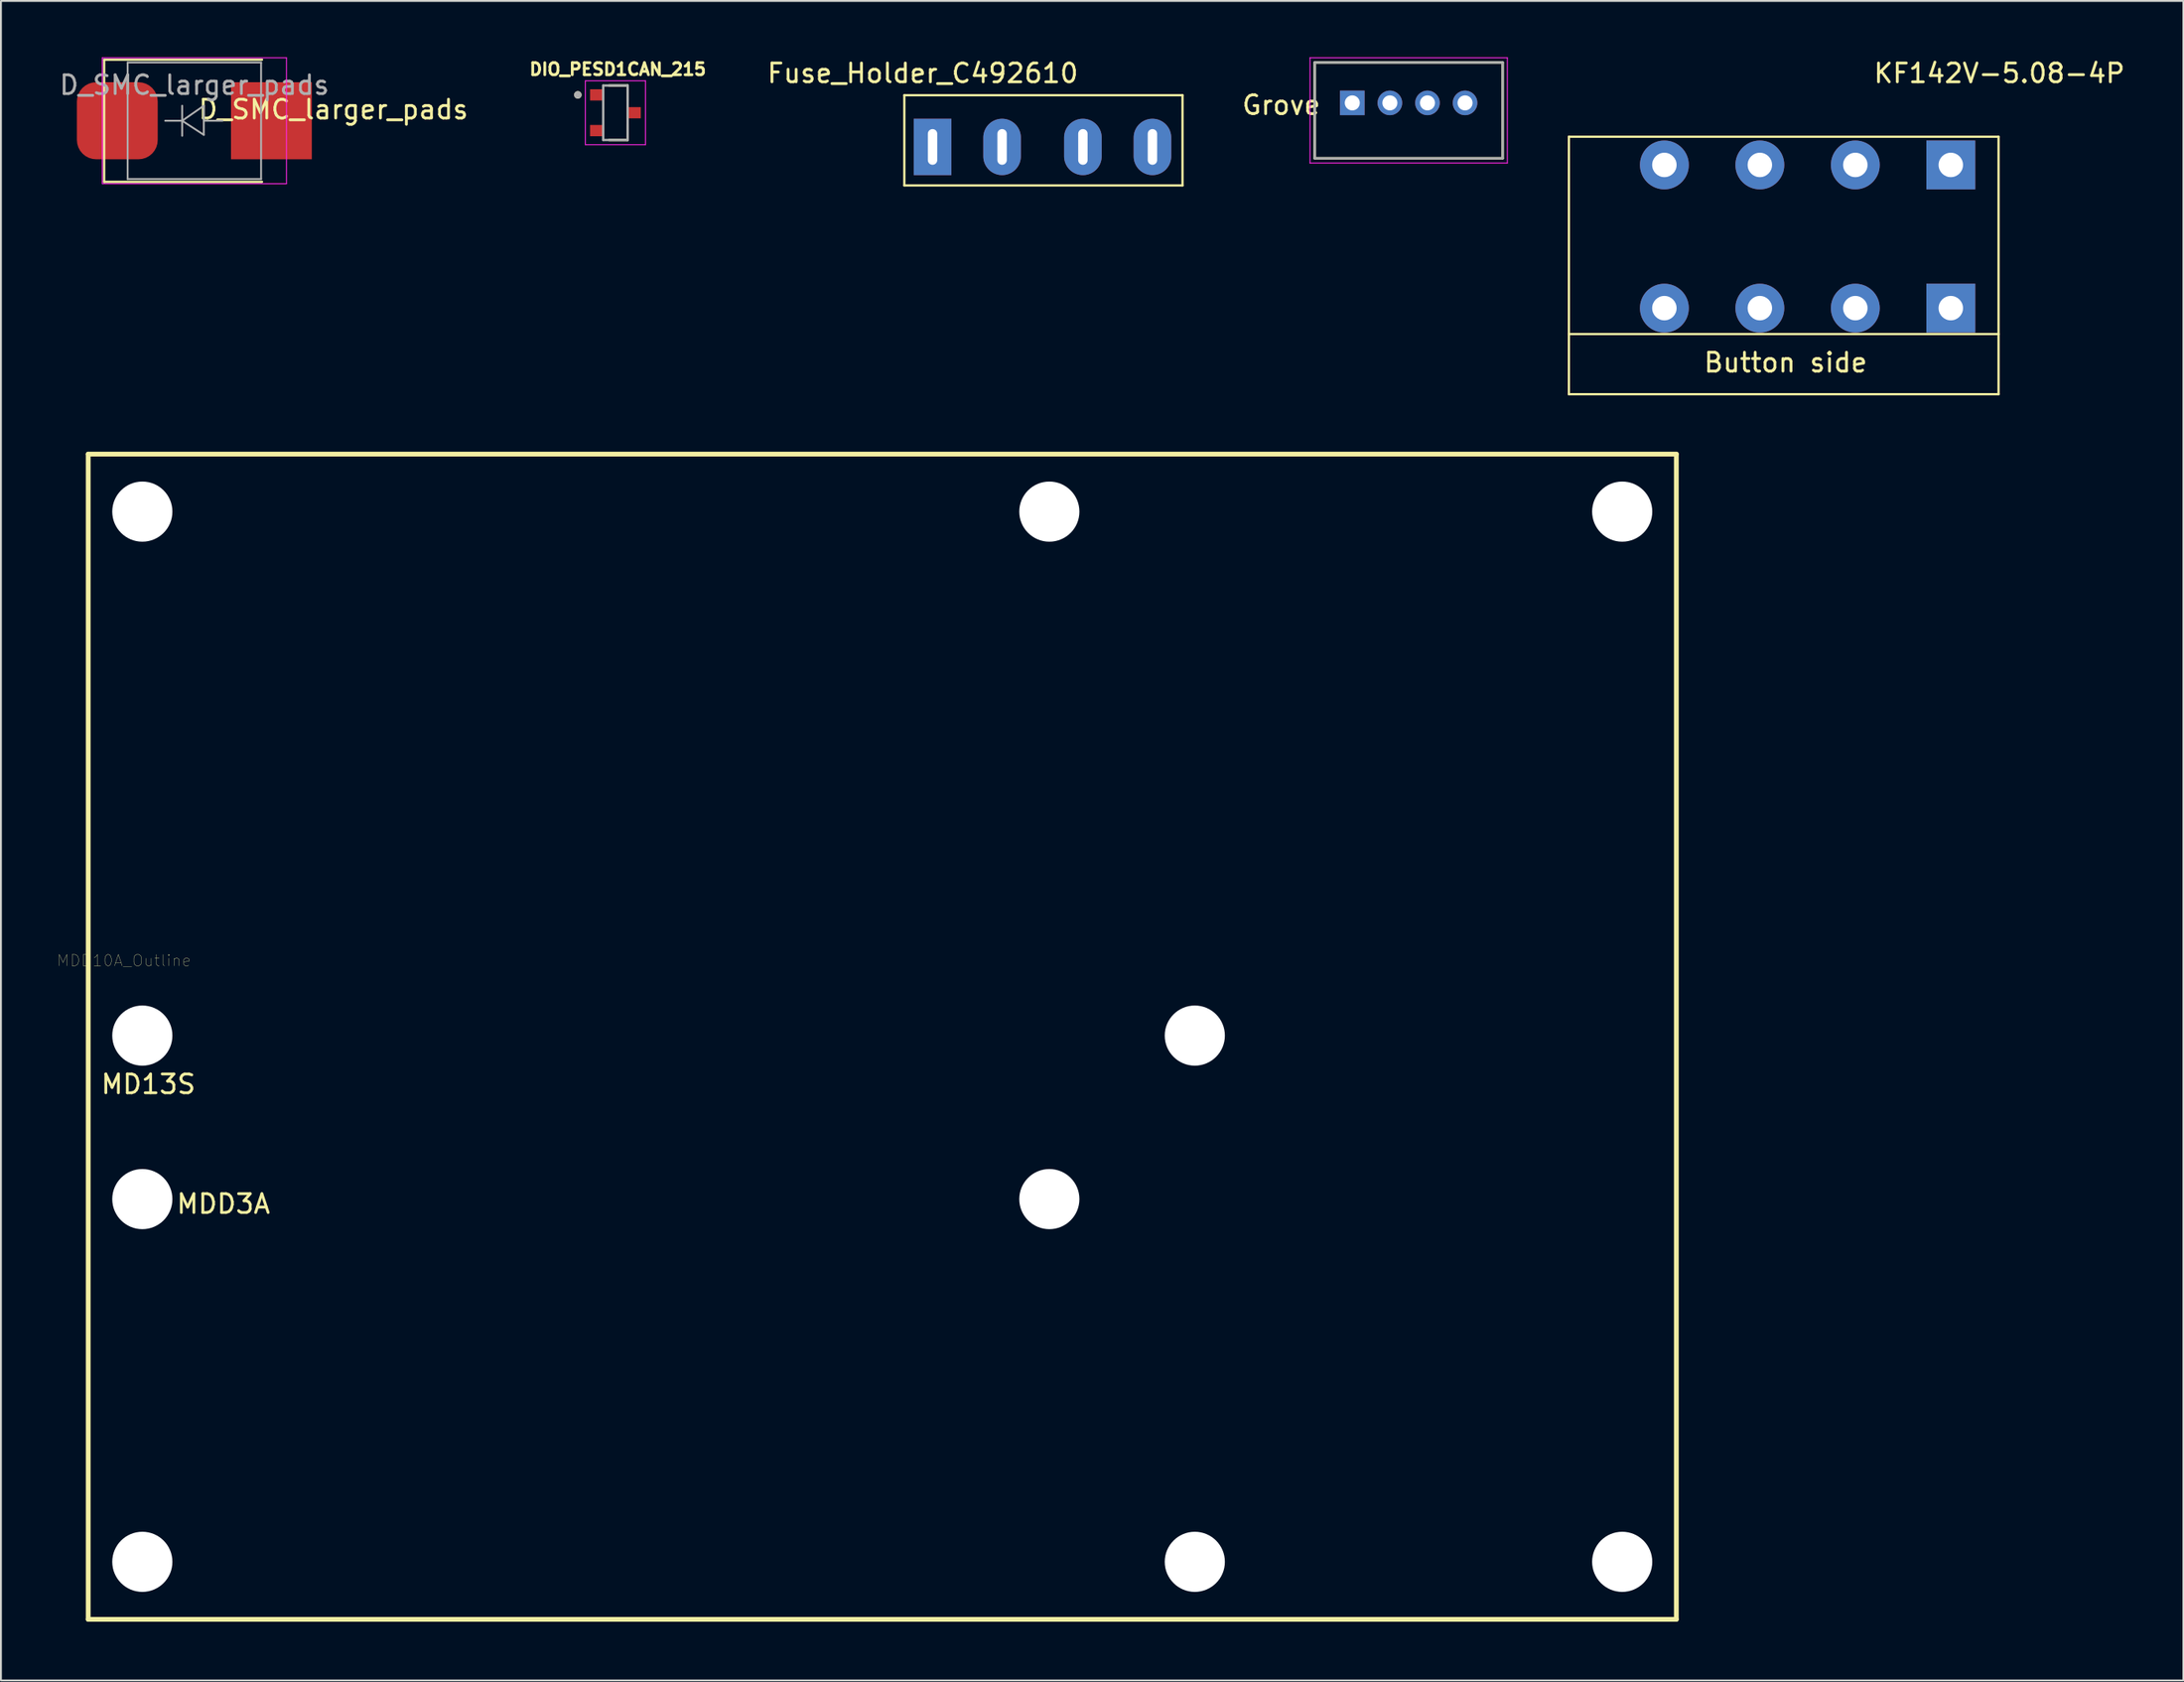
<source format=kicad_pcb>
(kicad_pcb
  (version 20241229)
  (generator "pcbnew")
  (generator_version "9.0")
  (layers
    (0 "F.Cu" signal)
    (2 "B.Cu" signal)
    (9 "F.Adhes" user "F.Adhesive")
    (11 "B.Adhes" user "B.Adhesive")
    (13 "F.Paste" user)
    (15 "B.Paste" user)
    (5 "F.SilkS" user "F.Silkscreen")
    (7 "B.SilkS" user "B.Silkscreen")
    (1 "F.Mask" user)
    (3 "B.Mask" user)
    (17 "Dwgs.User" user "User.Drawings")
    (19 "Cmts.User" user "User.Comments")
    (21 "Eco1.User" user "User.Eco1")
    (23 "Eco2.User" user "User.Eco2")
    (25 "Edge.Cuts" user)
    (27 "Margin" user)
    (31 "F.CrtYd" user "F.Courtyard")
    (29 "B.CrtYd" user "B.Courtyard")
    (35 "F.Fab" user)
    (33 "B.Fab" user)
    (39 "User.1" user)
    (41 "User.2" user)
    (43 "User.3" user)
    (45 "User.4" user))
  (footprint "DIO_PESD1CAN_215"
    (layer "F.Cu")
    (at 29.695 2.949)
    (property "Reference" "DIO_PESD1CAN_215" (at 0.127 -2.311 180) (layer "F.SilkS") (effects (font (size 0.64 0.64) (thickness 0.15))))
    (attr smd)
    (fp_poly (pts (xy -1.35 -1.25) (xy -0.65 -1.25) (xy -0.65 -0.65) (xy -1.35 -0.65)) (stroke (width 0.01) (type solid)) (fill yes) (layer "F.Mask"))
    (fp_poly (pts (xy -1.35 0.65) (xy -0.65 0.65) (xy -0.65 1.25) (xy -1.35 1.25)) (stroke (width 0.01) (type solid)) (fill yes) (layer "F.Mask"))
    (fp_poly (pts (xy 0.65 -0.3) (xy 1.35 -0.3) (xy 1.35 0.3) (xy 0.65 0.3)) (stroke (width 0.01) (type solid)) (fill yes) (layer "F.Mask"))
    (fp_line (start -0.337 -1.45) (end 0.65 -1.45) (stroke (width 0.127) (type solid)) (layer "F.SilkS"))
    (fp_line (start 0.65 -1.45) (end 0.65 -0.62) (stroke (width 0.127) (type solid)) (layer "F.SilkS"))
    (fp_line (start 0.65 0.62) (end 0.65 1.45) (stroke (width 0.127) (type solid)) (layer "F.SilkS"))
    (fp_line (start 0.65 1.45) (end -0.337 1.45) (stroke (width 0.127) (type solid)) (layer "F.SilkS"))
    (fp_circle (center -2 -0.95) (end -1.9 -0.95) (stroke (width 0.2) (type solid)) (fill no) (layer "F.SilkS"))
    (fp_poly (pts (xy -1.3 -1.2) (xy -0.7 -1.2) (xy -0.7 -0.7) (xy -1.3 -0.7)) (stroke (width 0.01) (type solid)) (fill yes) (layer "F.Paste"))
    (fp_poly (pts (xy -1.3 0.7) (xy -0.7 0.7) (xy -0.7 1.2) (xy -1.3 1.2)) (stroke (width 0.01) (type solid)) (fill yes) (layer "F.Paste"))
    (fp_poly (pts (xy 0.7 -0.25) (xy 1.3 -0.25) (xy 1.3 0.25) (xy 0.7 0.25)) (stroke (width 0.01) (type solid)) (fill yes) (layer "F.Paste"))
    (fp_line (start -1.6 -1.7) (end 1.6 -1.7) (stroke (width 0.05) (type solid)) (layer "F.CrtYd"))
    (fp_line (start -1.6 1.7) (end -1.6 -1.7) (stroke (width 0.05) (type solid)) (layer "F.CrtYd"))
    (fp_line (start 1.6 -1.7) (end 1.6 1.7) (stroke (width 0.05) (type solid)) (layer "F.CrtYd"))
    (fp_line (start 1.6 1.7) (end -1.6 1.7) (stroke (width 0.05) (type solid)) (layer "F.CrtYd"))
    (fp_line (start -0.65 -1.45) (end 0.65 -1.45) (stroke (width 0.127) (type solid)) (layer "F.Fab"))
    (fp_line (start -0.65 1.45) (end -0.65 -1.45) (stroke (width 0.127) (type solid)) (layer "F.Fab"))
    (fp_line (start 0.65 -1.45) (end 0.65 1.45) (stroke (width 0.127) (type solid)) (layer "F.Fab"))
    (fp_line (start 0.65 1.45) (end -0.65 1.45) (stroke (width 0.127) (type solid)) (layer "F.Fab"))
    (fp_circle (center -2 -0.95) (end -1.9 -0.95) (stroke (width 0.2) (type solid)) (fill no) (layer "F.Fab"))
    (pad "1" smd rect (at -1 -0.95) (size 0.7 0.6) (layers "F.Cu"))
    (pad "2" smd rect (at -1 0.95) (size 0.7 0.6) (layers "F.Cu"))
    (pad "3" smd rect (at 1 0) (size 0.7 0.6) (layers "F.Cu")))
  (footprint "MDD10A_Outline"
    (layer "F.Cu")
    (at 1.643 83.113)
    (property "Reference" "MDD10A_Outline" (at 1.905 -35.052 180) (layer "F.SilkS") (effects (font (size 0.6 0.6) (thickness 0.015))))
    (attr through_hole)
    (fp_line (start 0 -62) (end 84.5 -62) (stroke (width 0.254) (type solid)) (layer "F.SilkS"))
    (fp_line (start 0 0) (end 0 -62) (stroke (width 0.254) (type solid)) (layer "F.SilkS"))
    (fp_line (start 0 0) (end 84.5 0) (stroke (width 0.254) (type solid)) (layer "F.SilkS"))
    (fp_line (start 84.5 0) (end 84.5 -62) (stroke (width 0.254) (type solid)) (layer "F.SilkS"))
    (fp_text user "MD13S" (at 3.2 -28.473 180) (layer "F.SilkS") (effects (font (size 1 1) (thickness 0.15))))
    (fp_text user "MDD3A" (at 7.193 -22.103 180) (layer "F.SilkS") (effects (font (size 1 1) (thickness 0.15))))
    (pad "" np_thru_hole circle (at 2.88 -58.94) (size 3.2 3.2) (drill 3.2) (layers "*.Cu" "*.Mask"))
    (pad "" np_thru_hole circle (at 2.88 -31.06) (size 3.2 3.2) (drill 3.2) (layers "*.Cu" "*.Mask"))
    (pad "" np_thru_hole circle (at 2.88 -22.36) (size 3.2 3.2) (drill 3.2) (layers "*.Cu" "*.Mask"))
    (pad "" np_thru_hole circle (at 2.88 -3.06) (size 3.2 3.2) (drill 3.2) (layers "*.Cu" "*.Mask"))
    (pad "" np_thru_hole circle (at 51.14 -58.94) (size 3.2 3.2) (drill 3.2) (layers "*.Cu" "*.Mask"))
    (pad "" np_thru_hole circle (at 51.14 -22.36) (size 3.2 3.2) (drill 3.2) (layers "*.Cu" "*.Mask"))
    (pad "" np_thru_hole circle (at 58.88 -31.06) (size 3.2 3.2) (drill 3.2) (layers "*.Cu" "*.Mask"))
    (pad "" np_thru_hole circle (at 58.88 -3.06) (size 3.2 3.2) (drill 3.2) (layers "*.Cu" "*.Mask"))
    (pad "" np_thru_hole circle (at 81.62 -58.94) (size 3.2 3.2) (drill 3.2) (layers "*.Cu" "*.Mask"))
    (pad "" np_thru_hole circle (at 81.62 -3.06) (size 3.2 3.2) (drill 3.2) (layers "*.Cu" "*.Mask")))
  (footprint "D_SMC_larger_pads"
    (layer "F.Cu")
    (at 7.292 3.375)
    (property "Reference" "D_SMC_larger_pads" (at 7.4 -0.6 180) (layer "F.SilkS") (effects (font (size 1 1) (thickness 0.15))))
    (attr smd)
    (fp_line (start -4.8 -3.25) (end 3.6 -3.25) (stroke (width 0.12) (type solid)) (layer "F.SilkS"))
    (fp_line (start -4.8 3.25) (end -4.8 -3.25) (stroke (width 0.12) (type solid)) (layer "F.SilkS"))
    (fp_line (start -4.8 3.25) (end 3.6 3.25) (stroke (width 0.12) (type solid)) (layer "F.SilkS"))
    (fp_line (start -4.9 -3.35) (end 4.9 -3.35) (stroke (width 0.05) (type solid)) (layer "F.CrtYd"))
    (fp_line (start -4.9 3.35) (end -4.9 -3.35) (stroke (width 0.05) (type solid)) (layer "F.CrtYd"))
    (fp_line (start 4.9 -3.35) (end 4.9 3.35) (stroke (width 0.05) (type solid)) (layer "F.CrtYd"))
    (fp_line (start 4.9 3.35) (end -4.9 3.35) (stroke (width 0.05) (type solid)) (layer "F.CrtYd"))
    (fp_line (start -3.55 3.1) (end -3.55 -3.1) (stroke (width 0.1) (type solid)) (layer "F.Fab"))
    (fp_line (start -0.649 -0.799) (end -0.649 0.801) (stroke (width 0.1) (type solid)) (layer "F.Fab"))
    (fp_line (start -0.649 0.001) (end -1.551 0.001) (stroke (width 0.1) (type solid)) (layer "F.Fab"))
    (fp_line (start -0.649 0.001) (end 0.501 -0.799) (stroke (width 0.1) (type solid)) (layer "F.Fab"))
    (fp_line (start -0.649 0.001) (end 0.501 0.75) (stroke (width 0.1) (type solid)) (layer "F.Fab"))
    (fp_line (start 0.501 0.001) (end 1.499 0.001) (stroke (width 0.1) (type solid)) (layer "F.Fab"))
    (fp_line (start 0.501 0.75) (end 0.501 -0.799) (stroke (width 0.1) (type solid)) (layer "F.Fab"))
    (fp_line (start 3.55 -3.1) (end -3.55 -3.1) (stroke (width 0.1) (type solid)) (layer "F.Fab"))
    (fp_line (start 3.55 -3.1) (end 3.55 3.1) (stroke (width 0.1) (type solid)) (layer "F.Fab"))
    (fp_line (start 3.55 3.1) (end -3.55 3.1) (stroke (width 0.1) (type solid)) (layer "F.Fab"))
    (fp_text user "${REFERENCE}" (at 0 -1.9 180) (layer "F.Fab") (effects (font (size 1 1) (thickness 0.15))))
    (pad "1" smd roundrect (at -4.1 0 90) (size 4.1 4.3) (layers "F.Cu" "F.Mask" "F.Paste") (roundrect_rratio 0.25))
    (pad "2" smd rect (at 4.1 0 90) (size 4.1 4.3) (layers "F.Cu" "F.Mask" "F.Paste")))
  (footprint "Fuse_Holder_C492610"
    (layer "F.Cu")
    (at 45.068 2.018)
    (property "Reference" "Fuse_Holder_C492610" (at 0.98 -1.17 180) (layer "F.SilkS") (effects (font (size 1 1) (thickness 0.15))))
    (attr through_hole)
    (fp_line (start 0 0) (end 0 4.8) (stroke (width 0.12) (type solid)) (layer "F.SilkS"))
    (fp_line (start 0 0) (end 14.8 0) (stroke (width 0.12) (type solid)) (layer "F.SilkS"))
    (fp_line (start 0 4.8) (end 14.8 4.8) (stroke (width 0.12) (type solid)) (layer "F.SilkS"))
    (fp_line (start 14.8 0) (end 14.8 4.8) (stroke (width 0.12) (type solid)) (layer "F.SilkS"))
    (pad "1" thru_hole rect (at 1.5 2.75 90) (size 3 2) (drill oval 1.9 0.5) (layers "*.Cu" "*.Mask"))
    (pad "1" thru_hole oval (at 5.2 2.75 90) (size 3 2) (drill oval 1.9 0.5) (layers "*.Cu" "*.Mask"))
    (pad "2" thru_hole oval (at 9.5 2.75 90) (size 3 2) (drill oval 1.9 0.5) (layers "*.Cu" "*.Mask"))
    (pad "2" thru_hole oval (at 13.2 2.75 90) (size 3 2) (drill oval 1.9 0.5) (layers "*.Cu" "*.Mask")))
  (footprint "Grove"
    (layer "F.Cu")
    (at 71.902 2.425)
    (property "Reference" "Grove" (at -6.777 0.117 0) (layer "F.SilkS") (effects (font (size 1 1) (thickness 0.15))))
    (attr through_hole)
    (fp_line (start -5 -2.15) (end 5 -2.15) (stroke (width 0.127) (type solid)) (layer "F.SilkS"))
    (fp_line (start -5 2.95) (end -5 -2.15) (stroke (width 0.127) (type solid)) (layer "F.SilkS"))
    (fp_line (start 5 -2.15) (end 5 2.95) (stroke (width 0.127) (type solid)) (layer "F.SilkS"))
    (fp_line (start 5 2.95) (end -5 2.95) (stroke (width 0.127) (type solid)) (layer "F.SilkS"))
    (fp_line (start -5.25 -2.4) (end 5.25 -2.4) (stroke (width 0.05) (type solid)) (layer "F.CrtYd"))
    (fp_line (start -5.25 3.2) (end -5.25 -2.4) (stroke (width 0.05) (type solid)) (layer "F.CrtYd"))
    (fp_line (start 5.25 -2.4) (end 5.25 3.2) (stroke (width 0.05) (type solid)) (layer "F.CrtYd"))
    (fp_line (start 5.25 3.2) (end -5.25 3.2) (stroke (width 0.05) (type solid)) (layer "F.CrtYd"))
    (fp_line (start -5 -2.15) (end 5 -2.15) (stroke (width 0.127) (type solid)) (layer "F.Fab"))
    (fp_line (start -5 2.95) (end -5 -2.15) (stroke (width 0.127) (type solid)) (layer "F.Fab"))
    (fp_line (start 5 -2.15) (end 5 2.95) (stroke (width 0.127) (type solid)) (layer "F.Fab"))
    (fp_line (start 5 2.95) (end -5 2.95) (stroke (width 0.127) (type solid)) (layer "F.Fab"))
    (pad "1" thru_hole rect (at -3 0) (size 1.308 1.308) (drill 0.8) (layers "*.Cu" "*.Mask"))
    (pad "2" thru_hole circle (at -1 0) (size 1.308 1.308) (drill 0.8) (layers "*.Cu" "*.Mask"))
    (pad "3" thru_hole circle (at 1 0) (size 1.308 1.308) (drill 0.8) (layers "*.Cu" "*.Mask"))
    (pad "4" thru_hole circle (at 3 0) (size 1.308 1.308) (drill 0.8) (layers "*.Cu" "*.Mask")))
  (footprint "KF142V-5.08-4P"
    (layer "F.Cu")
    (at 80.427 4.226)
    (property "Reference" "KF142V-5.08-4P" (at 22.903 -3.378 0) (layer "F.SilkS") (effects (font (size 1 1) (thickness 0.15))))
    (attr through_hole)
    (fp_line (start 0 0) (end 0 13.7) (stroke (width 0.12) (type solid)) (layer "F.SilkS"))
    (fp_line (start 0 0) (end 22.86 0) (stroke (width 0.12) (type solid)) (layer "F.SilkS"))
    (fp_line (start 0 10.5) (end 22.86 10.5) (stroke (width 0.12) (type solid)) (layer "F.SilkS"))
    (fp_line (start 0 13.7) (end 22.86 13.7) (stroke (width 0.12) (type solid)) (layer "F.SilkS"))
    (fp_line (start 22.86 0) (end 22.86 13.7) (stroke (width 0.12) (type solid)) (layer "F.SilkS"))
    (fp_text user "Button side" (at 11.532 12.014 0) (layer "F.SilkS") (effects (font (size 1 1) (thickness 0.15))))
    (pad "1" thru_hole rect (at 20.32 1.5) (size 2.6 2.6) (drill 1.3) (layers "*.Cu" "*.Mask"))
    (pad "1" thru_hole rect (at 20.32 9.12) (size 2.6 2.6) (drill 1.3) (layers "*.Cu" "*.Mask"))
    (pad "2" thru_hole circle (at 15.24 1.5) (size 2.6 2.6) (drill 1.3) (layers "*.Cu" "*.Mask"))
    (pad "2" thru_hole circle (at 15.24 9.12) (size 2.6 2.6) (drill 1.3) (layers "*.Cu" "*.Mask"))
    (pad "3" thru_hole circle (at 10.16 1.5) (size 2.6 2.6) (drill 1.3) (layers "*.Cu" "*.Mask"))
    (pad "3" thru_hole circle (at 10.16 9.12) (size 2.6 2.6) (drill 1.3) (layers "*.Cu" "*.Mask"))
    (pad "4" thru_hole circle (at 5.08 1.5) (size 2.6 2.6) (drill 1.3) (layers "*.Cu" "*.Mask"))
    (pad "4" thru_hole circle (at 5.08 9.12) (size 2.6 2.6) (drill 1.3) (layers "*.Cu" "*.Mask")))
  (gr_rect
    (start -3 -3)
    (end 113.122 86.363)
    (stroke (width 0.1) (type default))
    (fill no)
    (layer "Edge.Cuts")))
</source>
